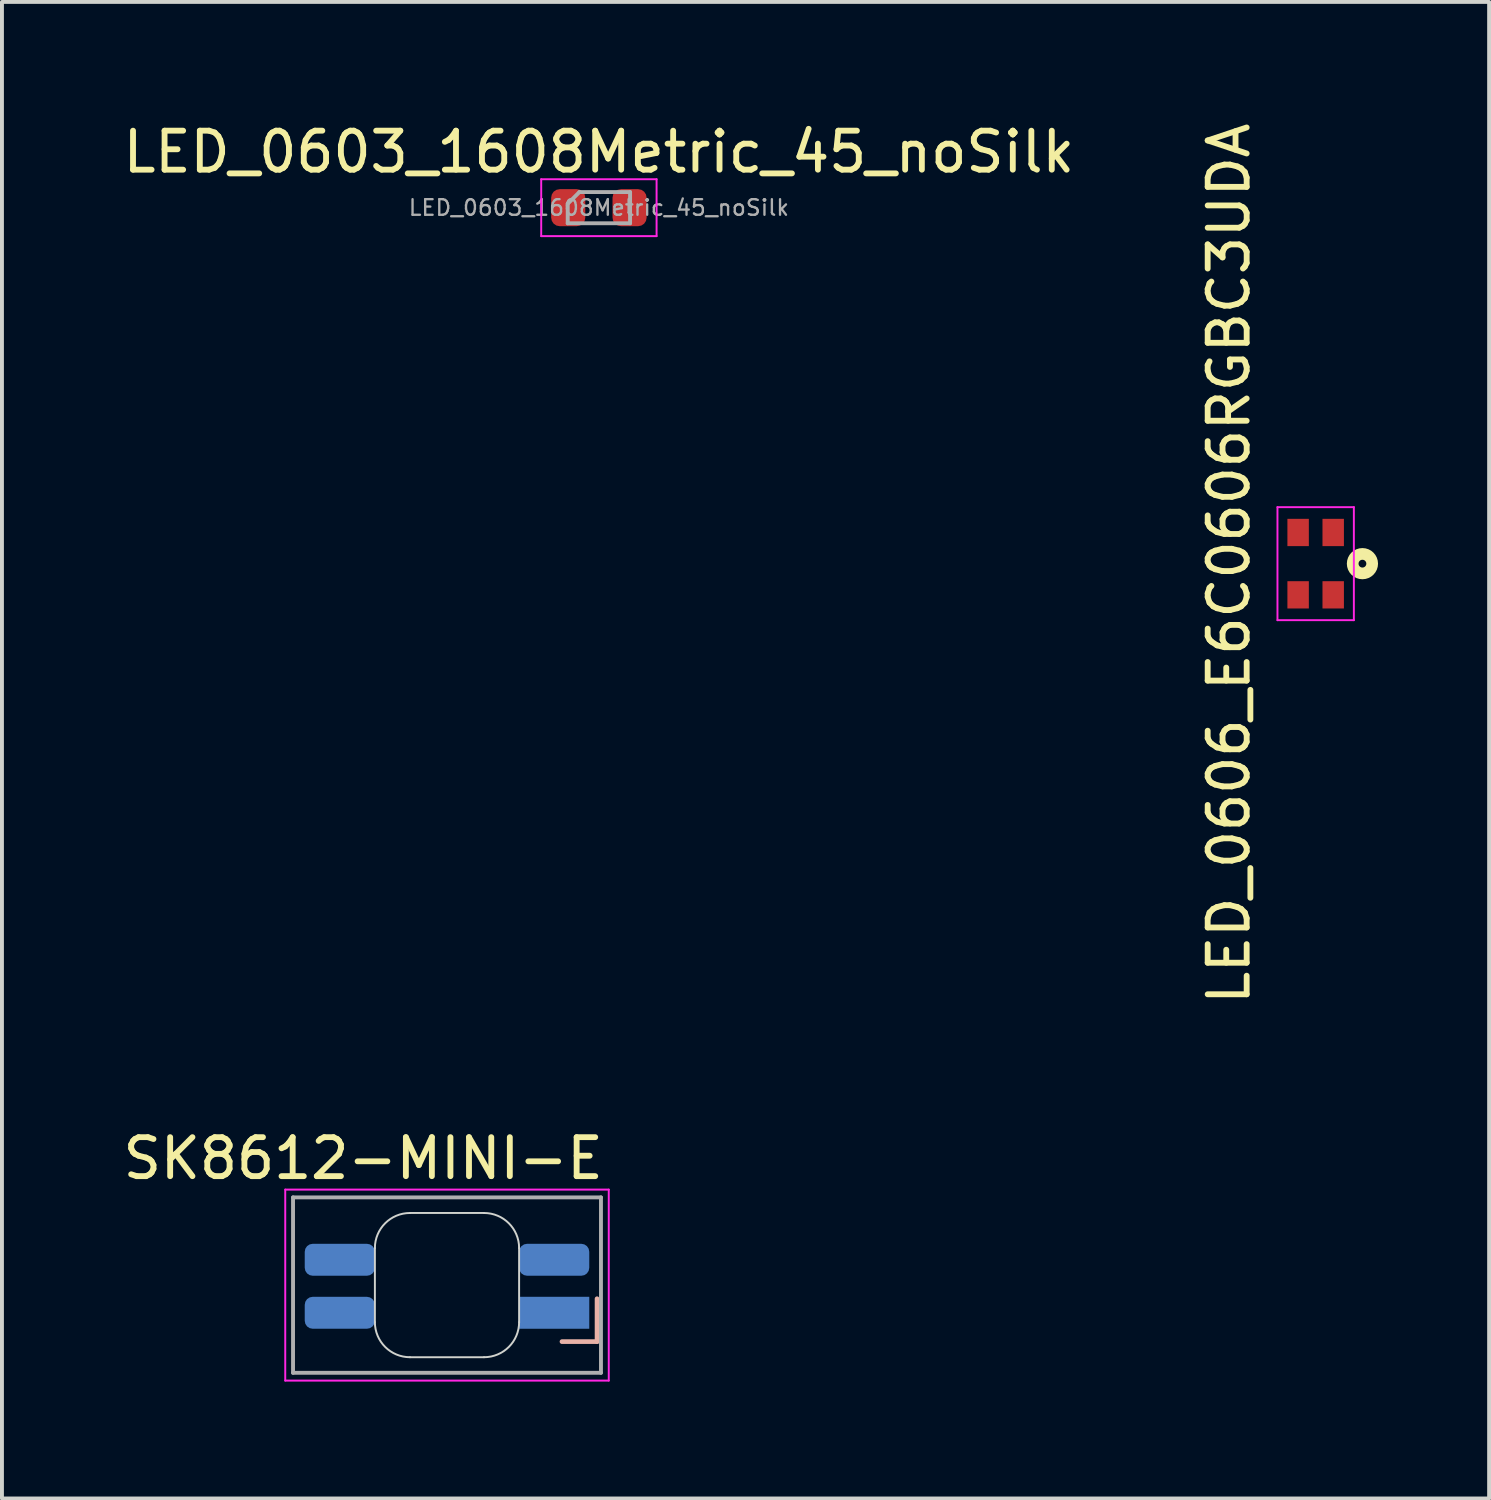
<source format=kicad_pcb>
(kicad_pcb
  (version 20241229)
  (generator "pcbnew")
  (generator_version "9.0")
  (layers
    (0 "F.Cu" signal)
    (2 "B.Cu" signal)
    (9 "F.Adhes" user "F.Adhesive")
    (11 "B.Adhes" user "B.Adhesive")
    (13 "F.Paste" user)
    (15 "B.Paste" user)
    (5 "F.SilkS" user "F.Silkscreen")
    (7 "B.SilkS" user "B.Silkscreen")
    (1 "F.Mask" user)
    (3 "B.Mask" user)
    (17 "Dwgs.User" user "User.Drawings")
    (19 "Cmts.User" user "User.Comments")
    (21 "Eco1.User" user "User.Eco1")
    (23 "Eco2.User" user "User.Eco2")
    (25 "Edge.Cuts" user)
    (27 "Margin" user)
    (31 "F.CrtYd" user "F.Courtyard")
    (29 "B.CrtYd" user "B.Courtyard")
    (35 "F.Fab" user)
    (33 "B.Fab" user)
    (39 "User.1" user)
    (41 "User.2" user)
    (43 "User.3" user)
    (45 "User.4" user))
  (footprint "SK8612-MINI-E"
    (layer "F.Cu")
    (at 8.368 29.97)
    (property "Reference" "SK8612-MINI-E" (at -2.1 -3.3 0) (layer "F.SilkS") (effects (font (size 1 1) (thickness 0.15))))
    (attr through_hole)
    (fp_line (start 3 1.4) (end 3.9 1.4) (stroke (width 0.12) (type solid)) (layer "B.SilkS"))
    (fp_line (start 3.9 1.4) (end 3.9 0.3) (stroke (width 0.12) (type solid)) (layer "B.SilkS"))
    (fp_line (start -1.8 -1) (end -1.8 0.9) (stroke (width 0.05) (type solid)) (layer "Edge.Cuts"))
    (fp_line (start -0.9 1.8) (end 1 1.8) (stroke (width 0.05) (type solid)) (layer "Edge.Cuts"))
    (fp_line (start 1 -1.9) (end -0.9 -1.9) (stroke (width 0.05) (type solid)) (layer "Edge.Cuts"))
    (fp_line (start 1.9 0.9) (end 1.9 -1) (stroke (width 0.05) (type solid)) (layer "Edge.Cuts"))
    (fp_arc (start -1.8 -1) (mid -1.536396 -1.636396) (end -0.9 -1.9) (stroke (width 0.05) (type solid)) (layer "Edge.Cuts"))
    (fp_arc (start -0.9 1.8) (mid -1.536396 1.536396) (end -1.8 0.9) (stroke (width 0.05) (type solid)) (layer "Edge.Cuts"))
    (fp_arc (start 1 -1.9) (mid 1.636396 -1.636396) (end 1.9 -1) (stroke (width 0.05) (type solid)) (layer "Edge.Cuts"))
    (fp_arc (start 1.9 0.9) (mid 1.636396 1.536396) (end 1 1.8) (stroke (width 0.05) (type solid)) (layer "Edge.Cuts"))
    (fp_line (start -4.1 -2.5) (end -4.1 2.4) (stroke (width 0.05) (type solid)) (layer "F.CrtYd"))
    (fp_line (start -4.1 -2.5) (end 4.2 -2.5) (stroke (width 0.05) (type solid)) (layer "F.CrtYd"))
    (fp_line (start 4.2 2.4) (end -4.1 2.4) (stroke (width 0.05) (type solid)) (layer "F.CrtYd"))
    (fp_line (start 4.2 2.4) (end 4.2 -2.5) (stroke (width 0.05) (type solid)) (layer "F.CrtYd"))
    (fp_line (start -3.9 -2.3) (end -3.9 2.2) (stroke (width 0.1) (type solid)) (layer "F.Fab"))
    (fp_line (start -3.9 -2.3) (end 4 -2.3) (stroke (width 0.1) (type solid)) (layer "F.Fab"))
    (fp_line (start 4 2.2) (end -3.9 2.2) (stroke (width 0.1) (type solid)) (layer "F.Fab"))
    (fp_line (start 4 2.2) (end 4 -2.3) (stroke (width 0.1) (type solid)) (layer "F.Fab"))
    (pad "1" smd roundrect (at -2.7 -0.7) (size 1.8 0.82) (layers "B.Cu" "B.Mask" "B.Paste") (roundrect_rratio 0.25))
    (pad "2" smd roundrect (at -2.7 0.66) (size 1.8 0.82) (layers "B.Cu" "B.Mask" "B.Paste") (roundrect_rratio 0.25))
    (pad "3" smd rect (at 2.8 0.66) (size 1.8 0.82) (layers "B.Cu" "B.Mask" "B.Paste"))
    (pad "4" smd roundrect (at 2.8 -0.7) (size 1.8 0.82) (layers "B.Cu" "B.Mask" "B.Paste") (roundrect_rratio 0.25)))
  (footprint "LED_0603_1608Metric_45_noSilk"
    (layer "F.Cu")
    (at 12.315 2.278)
    (property "Reference" "LED_0603_1608Metric_45_noSilk" (at 0 -1.43 0) (layer "F.SilkS") (effects (font (size 1 1) (thickness 0.15))))
    (attr smd)
    (fp_line (start -1.485 -0.735) (end -1.485 0.735) (stroke (width 0.12) (type solid)) (layer "Eco1.User"))
    (fp_line (start -1.485 0.735) (end 0.8 0.735) (stroke (width 0.12) (type solid)) (layer "Eco1.User"))
    (fp_line (start 0.8 -0.735) (end -1.485 -0.735) (stroke (width 0.12) (type solid)) (layer "Eco1.User"))
    (fp_line (start -1.48 -0.73) (end 1.48 -0.73) (stroke (width 0.05) (type solid)) (layer "F.CrtYd"))
    (fp_line (start -1.48 0.73) (end -1.48 -0.73) (stroke (width 0.05) (type solid)) (layer "F.CrtYd"))
    (fp_line (start 1.48 -0.73) (end 1.48 0.73) (stroke (width 0.05) (type solid)) (layer "F.CrtYd"))
    (fp_line (start 1.48 0.73) (end -1.48 0.73) (stroke (width 0.05) (type solid)) (layer "F.CrtYd"))
    (fp_line (start -0.8 -0.1) (end -0.8 0.4) (stroke (width 0.1) (type solid)) (layer "F.Fab"))
    (fp_line (start -0.8 0.4) (end 0.8 0.4) (stroke (width 0.1) (type solid)) (layer "F.Fab"))
    (fp_line (start -0.5 -0.4) (end -0.8 -0.1) (stroke (width 0.1) (type solid)) (layer "F.Fab"))
    (fp_line (start 0.8 -0.4) (end -0.5 -0.4) (stroke (width 0.1) (type solid)) (layer "F.Fab"))
    (fp_line (start 0.8 0.4) (end 0.8 -0.4) (stroke (width 0.1) (type solid)) (layer "F.Fab"))
    (fp_text user "${REFERENCE}" (at 0 0 0) (layer "F.Fab") (effects (font (size 0.4 0.4) (thickness 0.06))))
    (pad "1" smd roundrect (at -0.787 0) (size 0.875 0.95) (layers "F.Cu" "F.Mask" "F.Paste") (roundrect_rratio 0.25))
    (pad "2" smd roundrect (at 0.787 0) (size 0.875 0.95) (layers "F.Cu" "F.Mask" "F.Paste") (roundrect_rratio 0.25)))
  (footprint "LED_0606_E6C0606RGBC3UDA"
    (layer "F.Cu")
    (at 30.704 11.411)
    (property "Reference" "LED_0606_E6C0606RGBC3UDA" (at -2.225 0 90) (layer "F.SilkS") (effects (font (size 1 1) (thickness 0.15))))
    (attr smd)
    (fp_circle (center 1.2 0) (end 1.3 0) (stroke (width 0.3) (type solid)) (fill no) (layer "F.SilkS"))
    (fp_line (start -0.98 -1.45) (end 0.98 -1.45) (stroke (width 0.05) (type solid)) (layer "F.CrtYd"))
    (fp_line (start -0.98 1.45) (end -0.98 -1.45) (stroke (width 0.05) (type solid)) (layer "F.CrtYd"))
    (fp_line (start 0.98 -1.45) (end 0.98 1.45) (stroke (width 0.05) (type solid)) (layer "F.CrtYd"))
    (fp_line (start 0.98 1.45) (end -0.98 1.45) (stroke (width 0.05) (type solid)) (layer "F.CrtYd"))
    (pad "1" smd rect (at -0.45 -0.8) (size 0.55 0.7) (layers "F.Cu" "F.Mask" "F.Paste"))
    (pad "2" smd rect (at 0.45 -0.8) (size 0.55 0.7) (layers "F.Cu" "F.Mask" "F.Paste"))
    (pad "3" smd rect (at -0.45 0.8) (size 0.55 0.7) (layers "F.Cu" "F.Mask" "F.Paste"))
    (pad "4" smd rect (at 0.45 0.8) (size 0.55 0.7) (layers "F.Cu" "F.Mask" "F.Paste")))
  (gr_rect
    (start -3 -3)
    (end 35.154 35.395)
    (stroke (width 0.1) (type default))
    (fill no)
    (layer "Edge.Cuts")))
</source>
